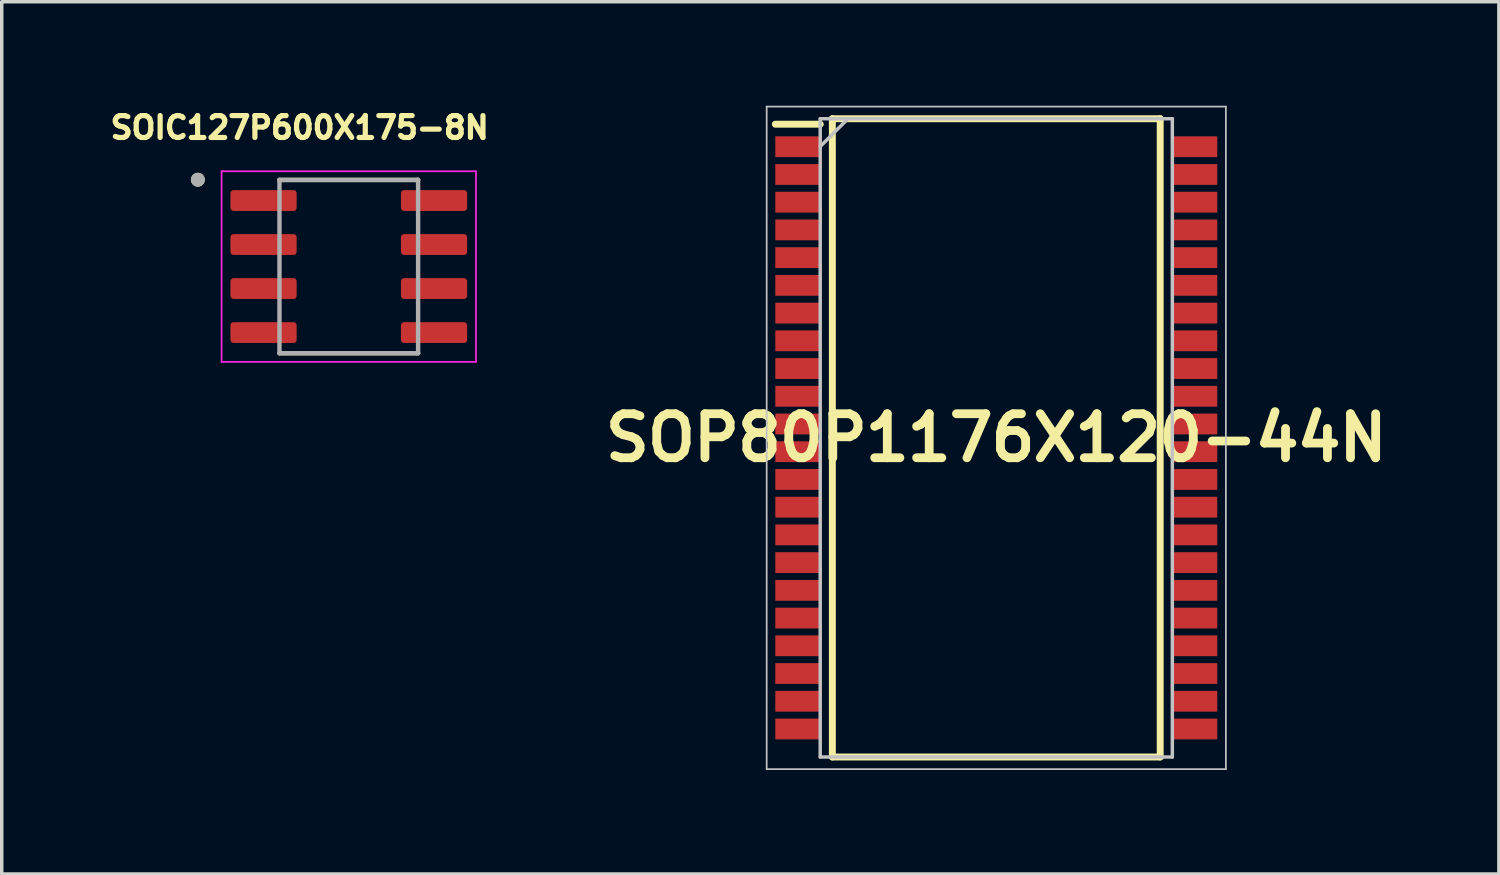
<source format=kicad_pcb>
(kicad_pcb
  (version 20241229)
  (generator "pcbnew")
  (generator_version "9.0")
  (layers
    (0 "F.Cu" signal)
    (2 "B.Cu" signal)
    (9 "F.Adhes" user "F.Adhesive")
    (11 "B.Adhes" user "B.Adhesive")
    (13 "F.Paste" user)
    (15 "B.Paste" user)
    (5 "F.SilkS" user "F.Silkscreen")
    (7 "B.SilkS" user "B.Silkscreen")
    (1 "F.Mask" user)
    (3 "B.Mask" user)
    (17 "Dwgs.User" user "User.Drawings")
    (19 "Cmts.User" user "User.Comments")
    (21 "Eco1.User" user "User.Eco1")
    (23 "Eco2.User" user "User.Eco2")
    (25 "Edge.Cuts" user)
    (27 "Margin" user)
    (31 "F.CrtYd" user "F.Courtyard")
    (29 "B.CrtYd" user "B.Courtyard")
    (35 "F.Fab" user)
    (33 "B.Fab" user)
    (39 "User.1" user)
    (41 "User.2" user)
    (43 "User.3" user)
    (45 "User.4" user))
  (footprint "SOIC127P600X175-8N"
    (layer "F.Cu")
    (at 7.014 4.641)
    (property "Reference" "SOIC127P600X175-8N" (at -1.417 -4.009 0) (layer "F.SilkS") (effects (font (size 0.631 0.631) (thickness 0.15))))
    (attr smd)
    (fp_line (start -2 -2.5) (end 2 -2.5) (stroke (width 0.127) (type solid)) (layer "F.SilkS"))
    (fp_line (start -2 2.5) (end 2 2.5) (stroke (width 0.127) (type solid)) (layer "F.SilkS"))
    (fp_circle (center -4.355 -2.505) (end -4.155 -2.505) (stroke (width 0) (type solid)) (fill yes) (layer "F.SilkS"))
    (fp_line (start -3.67 -2.75) (end -3.67 2.75) (stroke (width 0.05) (type solid)) (layer "F.CrtYd"))
    (fp_line (start -3.67 -2.75) (end 3.67 -2.75) (stroke (width 0.05) (type solid)) (layer "F.CrtYd"))
    (fp_line (start -3.67 2.75) (end 3.67 2.75) (stroke (width 0.05) (type solid)) (layer "F.CrtYd"))
    (fp_line (start 3.67 -2.75) (end 3.67 2.75) (stroke (width 0.05) (type solid)) (layer "F.CrtYd"))
    (fp_line (start -2 -2.5) (end -2 2.5) (stroke (width 0.127) (type solid)) (layer "F.Fab"))
    (fp_line (start -2 -2.5) (end 2 -2.5) (stroke (width 0.127) (type solid)) (layer "F.Fab"))
    (fp_line (start -2 2.5) (end 2 2.5) (stroke (width 0.127) (type solid)) (layer "F.Fab"))
    (fp_line (start 2 -2.5) (end 2 2.5) (stroke (width 0.127) (type solid)) (layer "F.Fab"))
    (fp_circle (center -4.355 -2.505) (end -4.155 -2.505) (stroke (width 0) (type solid)) (fill yes) (layer "F.Fab"))
    (pad "1" smd roundrect (at -2.46 -1.905) (size 1.91 0.6) (layers "F.Cu" "F.Mask" "F.Paste") (roundrect_rratio 0.15))
    (pad "2" smd roundrect (at -2.46 -0.635) (size 1.91 0.6) (layers "F.Cu" "F.Mask" "F.Paste") (roundrect_rratio 0.15))
    (pad "3" smd roundrect (at -2.46 0.635) (size 1.91 0.6) (layers "F.Cu" "F.Mask" "F.Paste") (roundrect_rratio 0.15))
    (pad "4" smd roundrect (at -2.46 1.905) (size 1.91 0.6) (layers "F.Cu" "F.Mask" "F.Paste") (roundrect_rratio 0.15))
    (pad "5" smd roundrect (at 2.46 1.905) (size 1.91 0.6) (layers "F.Cu" "F.Mask" "F.Paste") (roundrect_rratio 0.15))
    (pad "6" smd roundrect (at 2.46 0.635) (size 1.91 0.6) (layers "F.Cu" "F.Mask" "F.Paste") (roundrect_rratio 0.15))
    (pad "7" smd roundrect (at 2.46 -0.635) (size 1.91 0.6) (layers "F.Cu" "F.Mask" "F.Paste") (roundrect_rratio 0.15))
    (pad "8" smd roundrect (at 2.46 -1.905) (size 1.91 0.6) (layers "F.Cu" "F.Mask" "F.Paste") (roundrect_rratio 0.15)))
  (footprint "SOP80P1176X120-44N"
    (layer "F.Cu")
    (at 25.697 9.584)
    (property "Reference" "SOP80P1176X120-44N" (at 0 0 0) (layer "F.SilkS") (effects (font (size 1.27 1.27) (thickness 0.254))))
    (attr smd)
    (fp_line (start -6.375 -9.05) (end -5.08 -9.05) (stroke (width 0.2) (type solid)) (layer "F.SilkS"))
    (fp_line (start -4.73 -9.208) (end 4.73 -9.208) (stroke (width 0.2) (type solid)) (layer "F.SilkS"))
    (fp_line (start -4.73 9.208) (end -4.73 -9.208) (stroke (width 0.2) (type solid)) (layer "F.SilkS"))
    (fp_line (start 4.73 -9.208) (end 4.73 9.208) (stroke (width 0.2) (type solid)) (layer "F.SilkS"))
    (fp_line (start 4.73 9.208) (end -4.73 9.208) (stroke (width 0.2) (type solid)) (layer "F.SilkS"))
    (fp_line (start -6.625 -9.559) (end 6.625 -9.559) (stroke (width 0.05) (type solid)) (layer "Dwgs.User"))
    (fp_line (start -6.625 9.559) (end -6.625 -9.559) (stroke (width 0.05) (type solid)) (layer "Dwgs.User"))
    (fp_line (start -5.08 -9.208) (end 5.08 -9.208) (stroke (width 0.1) (type solid)) (layer "Dwgs.User"))
    (fp_line (start -5.08 -8.408) (end -4.28 -9.208) (stroke (width 0.1) (type solid)) (layer "Dwgs.User"))
    (fp_line (start -5.08 9.208) (end -5.08 -9.208) (stroke (width 0.1) (type solid)) (layer "Dwgs.User"))
    (fp_line (start 5.08 -9.208) (end 5.08 9.208) (stroke (width 0.1) (type solid)) (layer "Dwgs.User"))
    (fp_line (start 5.08 9.208) (end -5.08 9.208) (stroke (width 0.1) (type solid)) (layer "Dwgs.User"))
    (fp_line (start 6.625 -9.559) (end 6.625 9.559) (stroke (width 0.05) (type solid)) (layer "Dwgs.User"))
    (fp_line (start 6.625 9.559) (end -6.625 9.559) (stroke (width 0.05) (type solid)) (layer "Dwgs.User"))
    (pad "1" smd rect (at -5.728 -8.4 90) (size 0.6 1.295) (layers "F.Cu" "F.Mask" "F.Paste"))
    (pad "2" smd rect (at -5.728 -7.6 90) (size 0.6 1.295) (layers "F.Cu" "F.Mask" "F.Paste"))
    (pad "3" smd rect (at -5.728 -6.8 90) (size 0.6 1.295) (layers "F.Cu" "F.Mask" "F.Paste"))
    (pad "4" smd rect (at -5.728 -6 90) (size 0.6 1.295) (layers "F.Cu" "F.Mask" "F.Paste"))
    (pad "5" smd rect (at -5.728 -5.2 90) (size 0.6 1.295) (layers "F.Cu" "F.Mask" "F.Paste"))
    (pad "6" smd rect (at -5.728 -4.4 90) (size 0.6 1.295) (layers "F.Cu" "F.Mask" "F.Paste"))
    (pad "7" smd rect (at -5.728 -3.6 90) (size 0.6 1.295) (layers "F.Cu" "F.Mask" "F.Paste"))
    (pad "8" smd rect (at -5.728 -2.8 90) (size 0.6 1.295) (layers "F.Cu" "F.Mask" "F.Paste"))
    (pad "9" smd rect (at -5.728 -2 90) (size 0.6 1.295) (layers "F.Cu" "F.Mask" "F.Paste"))
    (pad "10" smd rect (at -5.728 -1.2 90) (size 0.6 1.295) (layers "F.Cu" "F.Mask" "F.Paste"))
    (pad "11" smd rect (at -5.728 -0.4 90) (size 0.6 1.295) (layers "F.Cu" "F.Mask" "F.Paste"))
    (pad "12" smd rect (at -5.728 0.4 90) (size 0.6 1.295) (layers "F.Cu" "F.Mask" "F.Paste"))
    (pad "13" smd rect (at -5.728 1.2 90) (size 0.6 1.295) (layers "F.Cu" "F.Mask" "F.Paste"))
    (pad "14" smd rect (at -5.728 2 90) (size 0.6 1.295) (layers "F.Cu" "F.Mask" "F.Paste"))
    (pad "15" smd rect (at -5.728 2.8 90) (size 0.6 1.295) (layers "F.Cu" "F.Mask" "F.Paste"))
    (pad "16" smd rect (at -5.728 3.6 90) (size 0.6 1.295) (layers "F.Cu" "F.Mask" "F.Paste"))
    (pad "17" smd rect (at -5.728 4.4 90) (size 0.6 1.295) (layers "F.Cu" "F.Mask" "F.Paste"))
    (pad "18" smd rect (at -5.728 5.2 90) (size 0.6 1.295) (layers "F.Cu" "F.Mask" "F.Paste"))
    (pad "19" smd rect (at -5.728 6 90) (size 0.6 1.295) (layers "F.Cu" "F.Mask" "F.Paste"))
    (pad "20" smd rect (at -5.728 6.8 90) (size 0.6 1.295) (layers "F.Cu" "F.Mask" "F.Paste"))
    (pad "21" smd rect (at -5.728 7.6 90) (size 0.6 1.295) (layers "F.Cu" "F.Mask" "F.Paste"))
    (pad "22" smd rect (at -5.728 8.4 90) (size 0.6 1.295) (layers "F.Cu" "F.Mask" "F.Paste"))
    (pad "23" smd rect (at 5.728 8.4 90) (size 0.6 1.295) (layers "F.Cu" "F.Mask" "F.Paste"))
    (pad "24" smd rect (at 5.728 7.6 90) (size 0.6 1.295) (layers "F.Cu" "F.Mask" "F.Paste"))
    (pad "25" smd rect (at 5.728 6.8 90) (size 0.6 1.295) (layers "F.Cu" "F.Mask" "F.Paste"))
    (pad "26" smd rect (at 5.728 6 90) (size 0.6 1.295) (layers "F.Cu" "F.Mask" "F.Paste"))
    (pad "27" smd rect (at 5.728 5.2 90) (size 0.6 1.295) (layers "F.Cu" "F.Mask" "F.Paste"))
    (pad "28" smd rect (at 5.728 4.4 90) (size 0.6 1.295) (layers "F.Cu" "F.Mask" "F.Paste"))
    (pad "29" smd rect (at 5.728 3.6 90) (size 0.6 1.295) (layers "F.Cu" "F.Mask" "F.Paste"))
    (pad "30" smd rect (at 5.728 2.8 90) (size 0.6 1.295) (layers "F.Cu" "F.Mask" "F.Paste"))
    (pad "31" smd rect (at 5.728 2 90) (size 0.6 1.295) (layers "F.Cu" "F.Mask" "F.Paste"))
    (pad "32" smd rect (at 5.728 1.2 90) (size 0.6 1.295) (layers "F.Cu" "F.Mask" "F.Paste"))
    (pad "33" smd rect (at 5.728 0.4 90) (size 0.6 1.295) (layers "F.Cu" "F.Mask" "F.Paste"))
    (pad "34" smd rect (at 5.728 -0.4 90) (size 0.6 1.295) (layers "F.Cu" "F.Mask" "F.Paste"))
    (pad "35" smd rect (at 5.728 -1.2 90) (size 0.6 1.295) (layers "F.Cu" "F.Mask" "F.Paste"))
    (pad "36" smd rect (at 5.728 -2 90) (size 0.6 1.295) (layers "F.Cu" "F.Mask" "F.Paste"))
    (pad "37" smd rect (at 5.728 -2.8 90) (size 0.6 1.295) (layers "F.Cu" "F.Mask" "F.Paste"))
    (pad "38" smd rect (at 5.728 -3.6 90) (size 0.6 1.295) (layers "F.Cu" "F.Mask" "F.Paste"))
    (pad "39" smd rect (at 5.728 -4.4 90) (size 0.6 1.295) (layers "F.Cu" "F.Mask" "F.Paste"))
    (pad "40" smd rect (at 5.728 -5.2 90) (size 0.6 1.295) (layers "F.Cu" "F.Mask" "F.Paste"))
    (pad "41" smd rect (at 5.728 -6 90) (size 0.6 1.295) (layers "F.Cu" "F.Mask" "F.Paste"))
    (pad "42" smd rect (at 5.728 -6.8 90) (size 0.6 1.295) (layers "F.Cu" "F.Mask" "F.Paste"))
    (pad "43" smd rect (at 5.728 -7.6 90) (size 0.6 1.295) (layers "F.Cu" "F.Mask" "F.Paste"))
    (pad "44" smd rect (at 5.728 -8.4 90) (size 0.6 1.295) (layers "F.Cu" "F.Mask" "F.Paste")))
  (gr_rect
    (start -3 -3)
    (end 40.199 22.168)
    (stroke (width 0.1) (type default))
    (fill no)
    (layer "Edge.Cuts")))
</source>
